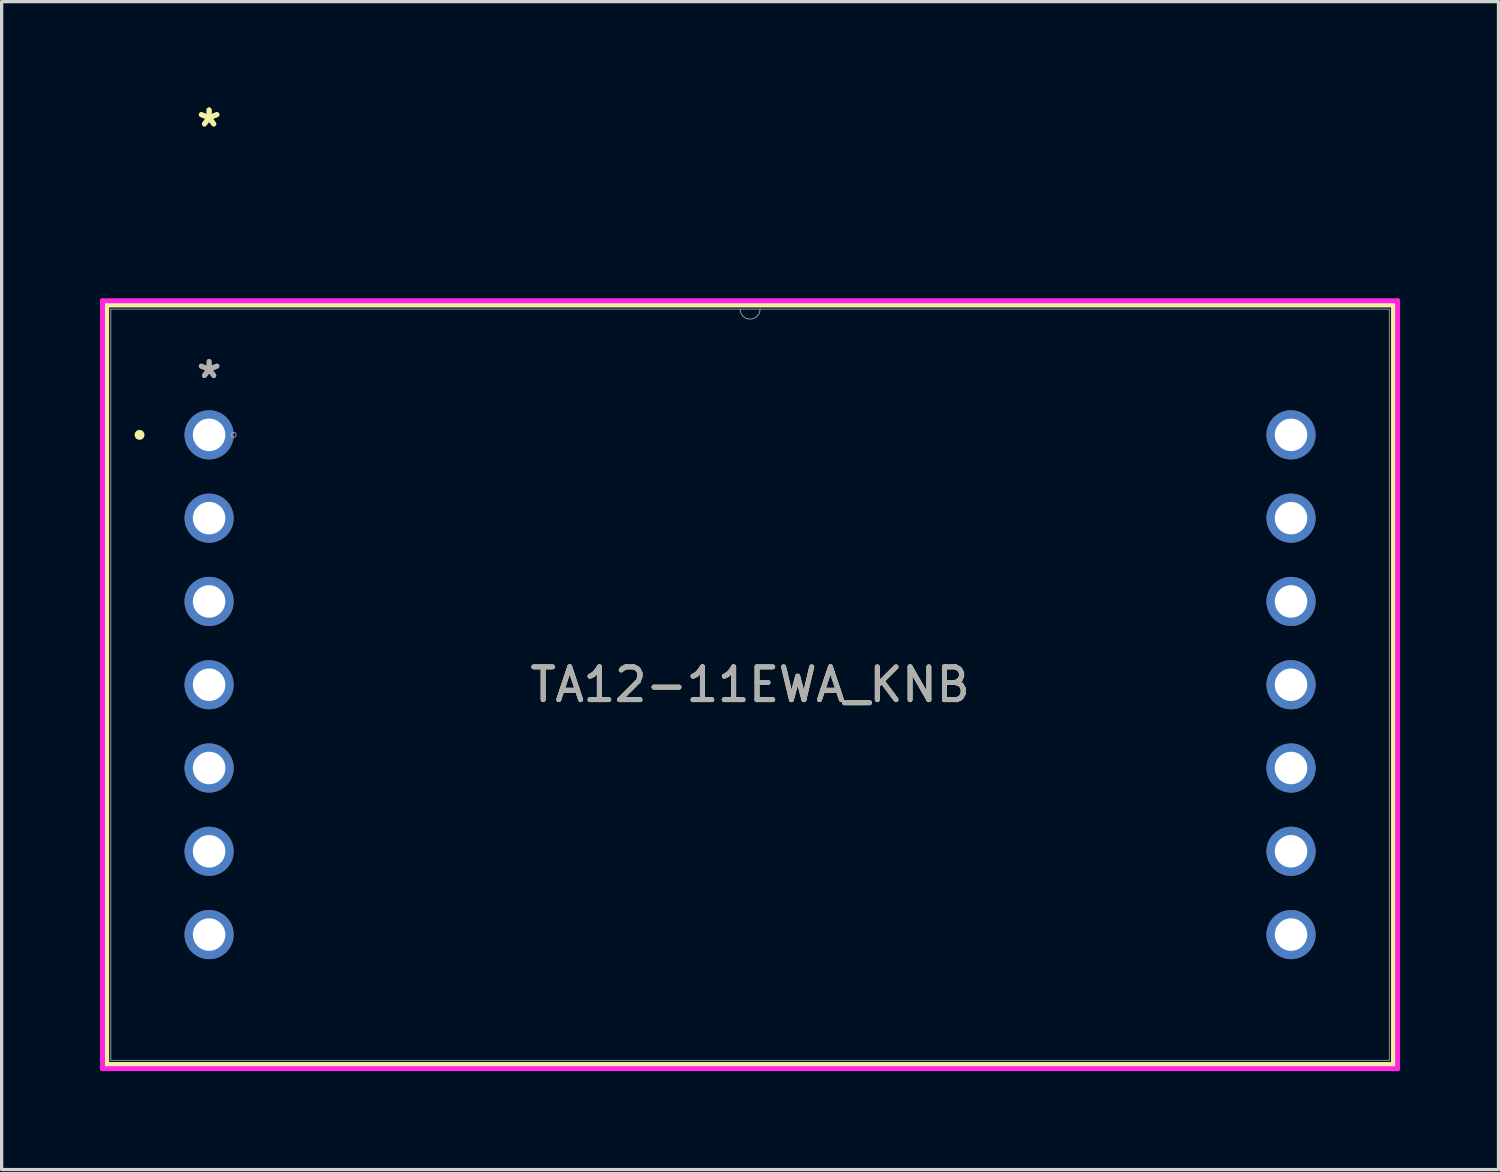
<source format=kicad_pcb>
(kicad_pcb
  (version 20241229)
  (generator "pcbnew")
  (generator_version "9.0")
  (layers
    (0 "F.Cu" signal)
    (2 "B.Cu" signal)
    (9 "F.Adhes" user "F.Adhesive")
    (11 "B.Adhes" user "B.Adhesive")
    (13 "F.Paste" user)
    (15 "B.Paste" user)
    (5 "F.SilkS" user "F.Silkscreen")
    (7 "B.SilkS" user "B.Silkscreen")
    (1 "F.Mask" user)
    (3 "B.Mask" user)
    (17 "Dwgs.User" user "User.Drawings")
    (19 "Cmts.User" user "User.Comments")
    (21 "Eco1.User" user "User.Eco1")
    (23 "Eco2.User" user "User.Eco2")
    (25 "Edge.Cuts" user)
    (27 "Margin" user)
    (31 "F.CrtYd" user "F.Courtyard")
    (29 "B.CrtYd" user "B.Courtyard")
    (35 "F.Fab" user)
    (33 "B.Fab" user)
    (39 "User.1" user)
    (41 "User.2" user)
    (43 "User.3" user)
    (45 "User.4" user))
  (footprint "TA12-11EWA_KNB"
    (layer "F.Cu")
    (at 3.327 10.212)
    (property "Reference" "TA12-11EWA_KNB" (at 16.497 7.62 0) (unlocked yes) (layer "F.SilkS") (effects (font (size 1 1) (thickness 0.15))))
    (attr through_hole)
    (fp_line (start -3.124 -3.962) (end -3.124 19.202) (stroke (width 0.152) (type solid)) (layer "F.SilkS"))
    (fp_line (start -3.124 19.202) (end 36.119 19.202) (stroke (width 0.152) (type solid)) (layer "F.SilkS"))
    (fp_line (start 36.119 -3.962) (end -3.124 -3.962) (stroke (width 0.152) (type solid)) (layer "F.SilkS"))
    (fp_line (start 36.119 19.202) (end 36.119 -3.962) (stroke (width 0.152) (type solid)) (layer "F.SilkS"))
    (fp_circle (center -2.121 0) (end -2.045 0) (stroke (width 0.152) (type solid)) (fill no) (layer "F.SilkS"))
    (fp_line (start -3.251 -4.089) (end 36.246 -4.089) (stroke (width 0.152) (type solid)) (layer "F.CrtYd"))
    (fp_line (start -3.251 19.329) (end -3.251 -4.089) (stroke (width 0.152) (type solid)) (layer "F.CrtYd"))
    (fp_line (start 36.246 -4.089) (end 36.246 19.329) (stroke (width 0.152) (type solid)) (layer "F.CrtYd"))
    (fp_line (start 36.246 19.329) (end -3.251 19.329) (stroke (width 0.152) (type solid)) (layer "F.CrtYd"))
    (fp_line (start -2.997 -3.835) (end -2.997 19.075) (stroke (width 0.025) (type solid)) (layer "F.Fab"))
    (fp_line (start -2.997 19.075) (end 35.992 19.075) (stroke (width 0.025) (type solid)) (layer "F.Fab"))
    (fp_line (start 35.992 -3.835) (end -2.997 -3.835) (stroke (width 0.025) (type solid)) (layer "F.Fab"))
    (fp_line (start 35.992 19.075) (end 35.992 -3.835) (stroke (width 0.025) (type solid)) (layer "F.Fab"))
    (fp_arc (start 16.8021 -3.8354) (mid 16.4973 -3.5306) (end 16.1925 -3.8354) (stroke (width 0.0254) (type solid)) (layer "F.Fab"))
    (fp_circle (center 0.749 0) (end 0.826 0) (stroke (width 0.025) (type solid)) (fill no) (layer "F.Fab"))
    (fp_text user "*" (at 0 -9.364 0) (unlocked yes) (layer "F.SilkS") (effects (font (size 1 1) (thickness 0.15))))
    (fp_text user "*" (at 0 -9.364 0) (layer "F.SilkS") (effects (font (size 1 1) (thickness 0.15))))
    (fp_text user "*" (at 0 -1.693 0) (unlocked yes) (layer "F.Fab") (effects (font (size 1 1) (thickness 0.15))))
    (fp_text user "${REFERENCE}" (at 16.497 7.62 0) (unlocked yes) (layer "F.Fab") (effects (font (size 1 1) (thickness 0.15))))
    (fp_text user "*" (at 0 -1.693 0) (layer "F.Fab") (effects (font (size 1 1) (thickness 0.15))))
    (pad "1" thru_hole circle (at 0 0) (size 1.499 1.499) (drill 0.991) (layers "*.Cu" "*.Mask"))
    (pad "2" thru_hole circle (at 0 2.54) (size 1.499 1.499) (drill 0.991) (layers "*.Cu" "*.Mask"))
    (pad "3" thru_hole circle (at 0 5.08) (size 1.499 1.499) (drill 0.991) (layers "*.Cu" "*.Mask"))
    (pad "4" thru_hole circle (at 0 7.62) (size 1.499 1.499) (drill 0.991) (layers "*.Cu" "*.Mask"))
    (pad "5" thru_hole circle (at 0 10.16) (size 1.499 1.499) (drill 0.991) (layers "*.Cu" "*.Mask"))
    (pad "6" thru_hole circle (at 0 12.7) (size 1.499 1.499) (drill 0.991) (layers "*.Cu" "*.Mask"))
    (pad "7" thru_hole circle (at 0 15.24) (size 1.499 1.499) (drill 0.991) (layers "*.Cu" "*.Mask"))
    (pad "8" thru_hole circle (at 32.995 15.24) (size 1.499 1.499) (drill 0.991) (layers "*.Cu" "*.Mask"))
    (pad "9" thru_hole circle (at 32.995 12.7) (size 1.499 1.499) (drill 0.991) (layers "*.Cu" "*.Mask"))
    (pad "10" thru_hole circle (at 32.995 10.16) (size 1.499 1.499) (drill 0.991) (layers "*.Cu" "*.Mask"))
    (pad "11" thru_hole circle (at 32.995 7.62) (size 1.499 1.499) (drill 0.991) (layers "*.Cu" "*.Mask"))
    (pad "12" thru_hole circle (at 32.995 5.08) (size 1.499 1.499) (drill 0.991) (layers "*.Cu" "*.Mask"))
    (pad "13" thru_hole circle (at 32.995 2.54) (size 1.499 1.499) (drill 0.991) (layers "*.Cu" "*.Mask"))
    (pad "14" thru_hole circle (at 32.995 0) (size 1.499 1.499) (drill 0.991) (layers "*.Cu" "*.Mask")))
  (gr_rect
    (start -3 -3)
    (end 42.649 32.618)
    (stroke (width 0.1) (type default))
    (fill no)
    (layer "Edge.Cuts")))
</source>
